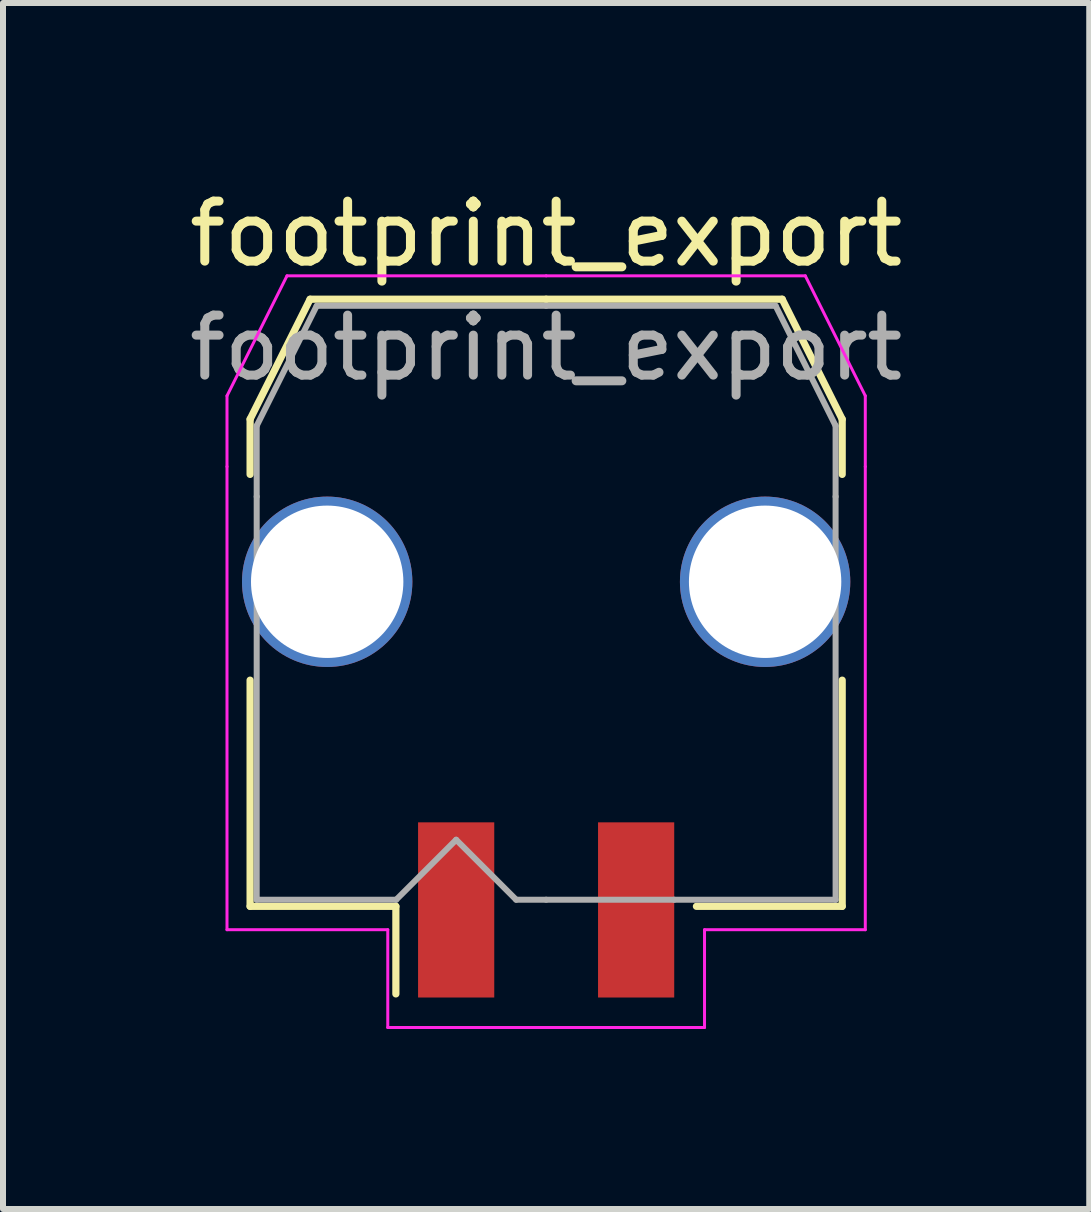
<source format=kicad_pcb>
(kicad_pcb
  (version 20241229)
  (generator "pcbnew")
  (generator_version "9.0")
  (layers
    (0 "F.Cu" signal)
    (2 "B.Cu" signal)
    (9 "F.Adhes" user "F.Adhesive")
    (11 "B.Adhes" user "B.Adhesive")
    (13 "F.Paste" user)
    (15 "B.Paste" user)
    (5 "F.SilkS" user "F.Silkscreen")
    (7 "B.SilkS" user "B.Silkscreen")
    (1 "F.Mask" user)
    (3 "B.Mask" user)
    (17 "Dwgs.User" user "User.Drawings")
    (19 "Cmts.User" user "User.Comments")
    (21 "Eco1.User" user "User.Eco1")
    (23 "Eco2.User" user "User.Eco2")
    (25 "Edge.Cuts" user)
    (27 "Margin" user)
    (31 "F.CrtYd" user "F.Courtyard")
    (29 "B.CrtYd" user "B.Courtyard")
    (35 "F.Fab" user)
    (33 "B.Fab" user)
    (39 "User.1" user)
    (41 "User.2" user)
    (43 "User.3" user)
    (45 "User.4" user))
  (footprint "footprint_export"
    (layer "F.Cu")
    (at 6.054 6.998)
    (property "Reference" "footprint_export" (at 0 -6.15 0) (layer "F.SilkS") (effects (font (size 1 1) (thickness 0.15))))
    (attr smd)
    (fp_line (start -4.935 -3.06) (end -4.935 -2.14) (stroke (width 0.12) (type solid)) (layer "F.SilkS"))
    (fp_line (start -4.935 1.29) (end -4.935 5.06) (stroke (width 0.12) (type solid)) (layer "F.SilkS"))
    (fp_line (start -4.935 5.06) (end -2.505 5.06) (stroke (width 0.12) (type solid)) (layer "F.SilkS"))
    (fp_line (start -3.935 -5.06) (end -4.935 -3.06) (stroke (width 0.12) (type solid)) (layer "F.SilkS"))
    (fp_line (start -2.505 5.06) (end -2.505 6.52) (stroke (width 0.12) (type solid)) (layer "F.SilkS"))
    (fp_line (start 0 -5.06) (end -3.935 -5.06) (stroke (width 0.12) (type solid)) (layer "F.SilkS"))
    (fp_line (start 0 -5.06) (end 3.935 -5.06) (stroke (width 0.12) (type solid)) (layer "F.SilkS"))
    (fp_line (start 3.935 -5.06) (end 4.935 -3.06) (stroke (width 0.12) (type solid)) (layer "F.SilkS"))
    (fp_line (start 4.935 -3.06) (end 4.935 -2.14) (stroke (width 0.12) (type solid)) (layer "F.SilkS"))
    (fp_line (start 4.935 1.29) (end 4.935 5.06) (stroke (width 0.12) (type solid)) (layer "F.SilkS"))
    (fp_line (start 4.935 5.06) (end 2.505 5.06) (stroke (width 0.12) (type solid)) (layer "F.SilkS"))
    (fp_line (start -5.32 -3.45) (end -5.32 -2.27) (stroke (width 0.05) (type solid)) (layer "F.CrtYd"))
    (fp_line (start -5.32 -2.27) (end -5.32 5.45) (stroke (width 0.05) (type solid)) (layer "F.CrtYd"))
    (fp_line (start -5.32 5.45) (end -2.64 5.45) (stroke (width 0.05) (type solid)) (layer "F.CrtYd"))
    (fp_line (start -4.32 -5.45) (end -5.32 -3.45) (stroke (width 0.05) (type solid)) (layer "F.CrtYd"))
    (fp_line (start -2.64 5.45) (end -2.64 7.08) (stroke (width 0.05) (type solid)) (layer "F.CrtYd"))
    (fp_line (start -2.64 7.08) (end 0 7.08) (stroke (width 0.05) (type solid)) (layer "F.CrtYd"))
    (fp_line (start 0 -5.45) (end -4.32 -5.45) (stroke (width 0.05) (type solid)) (layer "F.CrtYd"))
    (fp_line (start 0 -5.45) (end 4.32 -5.45) (stroke (width 0.05) (type solid)) (layer "F.CrtYd"))
    (fp_line (start 2.64 5.45) (end 2.64 7.08) (stroke (width 0.05) (type solid)) (layer "F.CrtYd"))
    (fp_line (start 2.64 7.08) (end 0 7.08) (stroke (width 0.05) (type solid)) (layer "F.CrtYd"))
    (fp_line (start 4.32 -5.45) (end 5.32 -3.45) (stroke (width 0.05) (type solid)) (layer "F.CrtYd"))
    (fp_line (start 5.32 -3.45) (end 5.32 -2.27) (stroke (width 0.05) (type solid)) (layer "F.CrtYd"))
    (fp_line (start 5.32 -2.27) (end 5.32 5.45) (stroke (width 0.05) (type solid)) (layer "F.CrtYd"))
    (fp_line (start 5.32 5.45) (end 2.64 5.45) (stroke (width 0.05) (type solid)) (layer "F.CrtYd"))
    (fp_line (start -4.825 -2.95) (end -4.825 -1.77) (stroke (width 0.1) (type solid)) (layer "F.Fab"))
    (fp_line (start -4.825 -1.77) (end -4.825 4.95) (stroke (width 0.1) (type solid)) (layer "F.Fab"))
    (fp_line (start -4.825 4.95) (end -2.5 4.95) (stroke (width 0.1) (type solid)) (layer "F.Fab"))
    (fp_line (start -3.825 -4.95) (end -4.825 -2.95) (stroke (width 0.1) (type solid)) (layer "F.Fab"))
    (fp_line (start -2.5 4.95) (end -1.5 3.95) (stroke (width 0.1) (type solid)) (layer "F.Fab"))
    (fp_line (start -1.5 3.95) (end -0.5 4.95) (stroke (width 0.1) (type solid)) (layer "F.Fab"))
    (fp_line (start -0.5 4.95) (end 0 4.95) (stroke (width 0.1) (type solid)) (layer "F.Fab"))
    (fp_line (start 0 -4.95) (end -3.825 -4.95) (stroke (width 0.1) (type solid)) (layer "F.Fab"))
    (fp_line (start 0 -4.95) (end 3.825 -4.95) (stroke (width 0.1) (type solid)) (layer "F.Fab"))
    (fp_line (start 2.135 4.95) (end 0 4.95) (stroke (width 0.1) (type solid)) (layer "F.Fab"))
    (fp_line (start 3.825 -4.95) (end 4.825 -2.95) (stroke (width 0.1) (type solid)) (layer "F.Fab"))
    (fp_line (start 4.825 -2.95) (end 4.825 -1.77) (stroke (width 0.1) (type solid)) (layer "F.Fab"))
    (fp_line (start 4.825 -1.77) (end 4.825 4.95) (stroke (width 0.1) (type solid)) (layer "F.Fab"))
    (fp_line (start 4.825 4.95) (end 2.135 4.95) (stroke (width 0.1) (type solid)) (layer "F.Fab"))
    (fp_text user "${REFERENCE}" (at 0 -4.25 0) (layer "F.Fab") (effects (font (size 1 1) (thickness 0.15))))
    (pad "1" smd rect (at -1.5 5.12) (size 1.27 2.92) (layers "F.Cu" "F.Mask" "F.Paste"))
    (pad "2" smd rect (at 1.5 5.12) (size 1.27 2.92) (layers "F.Cu" "F.Mask" "F.Paste"))
    (pad "MP" thru_hole circle (at -3.65 -0.35) (size 2.84 2.84) (drill 2.54) (layers "*.Cu" "*.Mask"))
    (pad "MP" thru_hole circle (at 3.65 -0.35) (size 2.84 2.84) (drill 2.54) (layers "*.Cu" "*.Mask")))
  (gr_rect
    (start -3 -3)
    (end 15.107 17.103)
    (stroke (width 0.1) (type default))
    (fill no)
    (layer "Edge.Cuts")))
</source>
